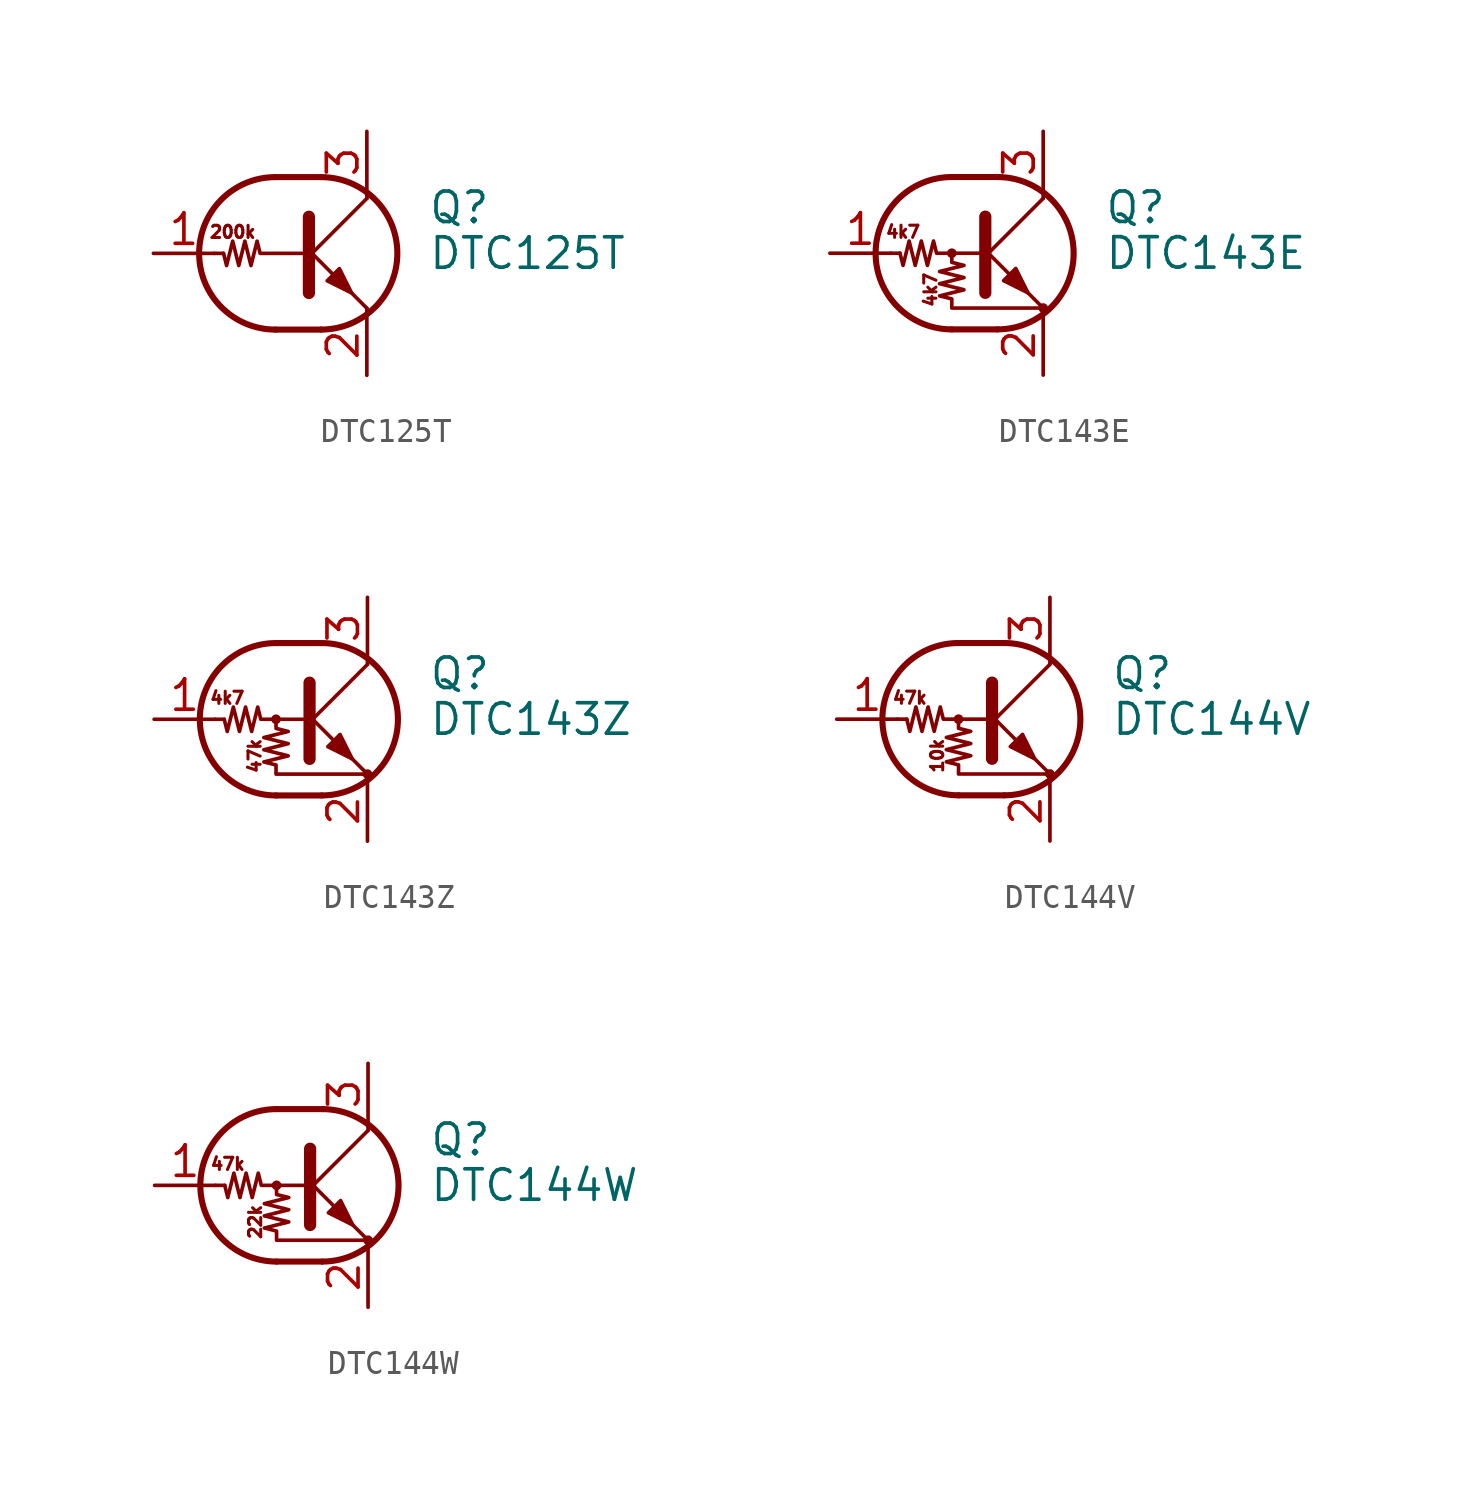
<source format=kicad_sym>
(kicad_symbol_lib
  (version 20200908)
  (generator kicad_symbol_editor)
  (symbol "Transistor_BJT:DTC125T"
    (pin_names
      (offset 0) hide)
    (property "Reference" "Q"
      (at 5.08 1.905 0)
      (effects (font (size 1.27 1.27)) (justify left)))
    (property "Value" "DTC125T"
      (at 5.08 0 0)
      (effects (font (size 1.27 1.27)) (justify left)))
    (symbol "DTC125T_0_1"
      (arc (start -1.27 3.175) (end -1.27 -3.175) (radius (at -1.27 0) (length 3.175) (angles 90.1 -90.1)) (stroke (width 0.254)) (fill (type none)))
      (arc (start 0.635 -3.175) (end 0.635 3.175) (radius (at 0.635 0) (length 3.175) (angles -89.9 89.9)) (stroke (width 0.254)) (fill (type none)))
      (polyline (pts (xy -3.429 0) (xy -3.81 0)) (stroke (width 0)) (fill (type none)))
      (polyline (pts (xy -1.27 -3.175) (xy 0.635 -3.175)) (stroke (width 0.254)) (fill (type none)))
      (polyline (pts (xy -1.27 3.175) (xy 0.635 3.175)) (stroke (width 0.254)) (fill (type none)))
      (polyline (pts (xy 0 -0.254) (xy 2.54 2.286)) (stroke (width 0)) (fill (type none)))
      (polyline (pts (xy 0.127 1.524) (xy 0.127 -1.651)) (stroke (width 0.508)) (fill (type outline)))
      (polyline (pts (xy 2.54 2.286) (xy 2.54 2.54)) (stroke (width 0)) (fill (type none)))
      (polyline (pts (xy 2.54 -2.286) (xy 0 0.254) (xy 0 0.254)) (stroke (width 0)) (fill (type none)))
      (polyline (pts (xy 0.889 -1.143) (xy 1.397 -0.635) (xy 1.905 -1.651) (xy 0.889 -1.143)) (stroke (width 0)) (fill (type outline)))
      (polyline (pts (xy 0 0) (xy -1.905 0) (xy -2.032 0.508) (xy -2.286 -0.508) (xy -2.54 0.508) (xy -2.794 -0.508) (xy -3.048 0.508) (xy -3.302 -0.508) (xy -3.429 0)) (stroke (width 0)) (fill (type none))))
    (symbol "DTC125T_0_0"
      (text "200k" (at -3.048 0.889 0) (effects (font (size 0.508 0.508))))
      (polyline (pts (xy 2.54 -2.286) (xy 2.54 -2.54)) (stroke (width 0)) (fill (type none))))
    (symbol "DTC125T_1_1"
      (pin input line (at -6.35 0 0) (length 2.54) (name "B" (effects (font (size 1.27 1.27)))) (number "1" (effects (font (size 1.27 1.27)))))
      (pin passive line (at 2.54 -5.08 90) (length 2.54) (name "E" (effects (font (size 1.27 1.27)))) (number "2" (effects (font (size 1.27 1.27)))))
      (pin passive line (at 2.54 5.08 270) (length 2.54) (name "C" (effects (font (size 1.27 1.27)))) (number "3" (effects (font (size 1.27 1.27)))))))
  (symbol "Transistor_BJT:DTC143E"
    (pin_names
      (offset 0) hide)
    (property "Reference" "Q"
      (at 5.08 1.905 0)
      (effects (font (size 1.27 1.27)) (justify left)))
    (property "Value" "DTC143E"
      (at 5.08 0 0)
      (effects (font (size 1.27 1.27)) (justify left)))
    (symbol "DTC143E_0_1"
      (arc (start -1.27 3.175) (end -1.27 -3.175) (radius (at -1.27 0) (length 3.175) (angles 90.1 -90.1)) (stroke (width 0.254)) (fill (type none)))
      (arc (start 0.635 -3.175) (end 0.635 3.175) (radius (at 0.635 0) (length 3.175) (angles -89.9 89.9)) (stroke (width 0.254)) (fill (type none)))
      (circle (center -1.27 0) (radius 0.127) (stroke (width 0)) (fill (type none)))
      (circle (center 2.54 -2.286) (radius 0.127) (stroke (width 0)) (fill (type none)))
      (polyline (pts (xy -3.429 0) (xy -3.81 0)) (stroke (width 0)) (fill (type none)))
      (polyline (pts (xy -1.27 -3.175) (xy 0.635 -3.175)) (stroke (width 0.254)) (fill (type none)))
      (polyline (pts (xy -1.27 3.175) (xy 0.635 3.175)) (stroke (width 0.254)) (fill (type none)))
      (polyline (pts (xy 0 -0.254) (xy 2.54 2.286)) (stroke (width 0)) (fill (type none)))
      (polyline (pts (xy 0.127 1.524) (xy 0.127 -1.651)) (stroke (width 0.508)) (fill (type outline)))
      (polyline (pts (xy 2.54 2.286) (xy 2.54 2.54)) (stroke (width 0)) (fill (type none)))
      (polyline (pts (xy 2.54 -2.286) (xy 0 0.254) (xy 0 0.254)) (stroke (width 0)) (fill (type none)))
      (polyline (pts (xy 0.889 -1.143) (xy 1.397 -0.635) (xy 1.905 -1.651) (xy 0.889 -1.143)) (stroke (width 0)) (fill (type outline)))
      (polyline (pts (xy 0 0) (xy -1.905 0) (xy -2.032 0.508) (xy -2.286 -0.508) (xy -2.54 0.508) (xy -2.794 -0.508) (xy -3.048 0.508) (xy -3.302 -0.508) (xy -3.429 0)) (stroke (width 0)) (fill (type none)))
      (polyline (pts (xy -1.27 0) (xy -1.27 -0.381) (xy -0.762 -0.508) (xy -1.778 -0.762) (xy -0.762 -1.016) (xy -1.778 -1.27) (xy -0.762 -1.524) (xy -1.778 -1.778) (xy -1.27 -1.905) (xy -1.27 -2.286) (xy 2.54 -2.286)) (stroke (width 0)) (fill (type none))))
    (symbol "DTC143E_0_0"
      (text "4k7" (at -3.302 0.889 0) (effects (font (size 0.508 0.508))))
      (text "4k7" (at -2.159 -1.524 900) (effects (font (size 0.508 0.508)))))
    (symbol "DTC143E_1_1"
      (pin input line (at -6.35 0 0) (length 2.54) (name "B" (effects (font (size 1.27 1.27)))) (number "1" (effects (font (size 1.27 1.27)))))
      (pin passive line (at 2.54 -5.08 90) (length 2.54) (name "E" (effects (font (size 1.27 1.27)))) (number "2" (effects (font (size 1.27 1.27)))))
      (pin passive line (at 2.54 5.08 270) (length 2.54) (name "C" (effects (font (size 1.27 1.27)))) (number "3" (effects (font (size 1.27 1.27)))))))
  (symbol "Transistor_BJT:DTC143Z"
    (pin_names
      (offset 0) hide)
    (property "Reference" "Q"
      (at 5.08 1.905 0)
      (effects (font (size 1.27 1.27)) (justify left)))
    (property "Value" "DTC143Z"
      (at 5.08 0 0)
      (effects (font (size 1.27 1.27)) (justify left)))
    (symbol "DTC143Z_0_1"
      (arc (start -1.27 3.175) (end -1.27 -3.175) (radius (at -1.27 0) (length 3.175) (angles 90.1 -90.1)) (stroke (width 0.254)) (fill (type none)))
      (arc (start 0.635 -3.175) (end 0.635 3.175) (radius (at 0.635 0) (length 3.175) (angles -89.9 89.9)) (stroke (width 0.254)) (fill (type none)))
      (circle (center -1.27 0) (radius 0.127) (stroke (width 0)) (fill (type none)))
      (circle (center 2.54 -2.286) (radius 0.127) (stroke (width 0)) (fill (type none)))
      (polyline (pts (xy -3.429 0) (xy -3.81 0)) (stroke (width 0)) (fill (type none)))
      (polyline (pts (xy -1.27 -3.175) (xy 0.635 -3.175)) (stroke (width 0.254)) (fill (type none)))
      (polyline (pts (xy -1.27 3.175) (xy 0.635 3.175)) (stroke (width 0.254)) (fill (type none)))
      (polyline (pts (xy 0 -0.254) (xy 2.54 2.286)) (stroke (width 0)) (fill (type none)))
      (polyline (pts (xy 0.127 1.524) (xy 0.127 -1.651)) (stroke (width 0.508)) (fill (type outline)))
      (polyline (pts (xy 2.54 2.286) (xy 2.54 2.54)) (stroke (width 0)) (fill (type none)))
      (polyline (pts (xy 2.54 -2.286) (xy 0 0.254) (xy 0 0.254)) (stroke (width 0)) (fill (type none)))
      (polyline (pts (xy 0.889 -1.143) (xy 1.397 -0.635) (xy 1.905 -1.651) (xy 0.889 -1.143)) (stroke (width 0)) (fill (type outline)))
      (polyline (pts (xy 0 0) (xy -1.905 0) (xy -2.032 0.508) (xy -2.286 -0.508) (xy -2.54 0.508) (xy -2.794 -0.508) (xy -3.048 0.508) (xy -3.302 -0.508) (xy -3.429 0)) (stroke (width 0)) (fill (type none)))
      (polyline (pts (xy -1.27 0) (xy -1.27 -0.381) (xy -0.762 -0.508) (xy -1.778 -0.762) (xy -0.762 -1.016) (xy -1.778 -1.27) (xy -0.762 -1.524) (xy -1.778 -1.778) (xy -1.27 -1.905) (xy -1.27 -2.286) (xy 2.54 -2.286)) (stroke (width 0)) (fill (type none))))
    (symbol "DTC143Z_0_0"
      (text "47k" (at -2.159 -1.524 900) (effects (font (size 0.508 0.508))))
      (text "4k7" (at -3.302 0.889 0) (effects (font (size 0.508 0.508)))))
    (symbol "DTC143Z_1_1"
      (pin input line (at -6.35 0 0) (length 2.54) (name "B" (effects (font (size 1.27 1.27)))) (number "1" (effects (font (size 1.27 1.27)))))
      (pin passive line (at 2.54 -5.08 90) (length 2.54) (name "E" (effects (font (size 1.27 1.27)))) (number "2" (effects (font (size 1.27 1.27)))))
      (pin passive line (at 2.54 5.08 270) (length 2.54) (name "C" (effects (font (size 1.27 1.27)))) (number "3" (effects (font (size 1.27 1.27)))))))
  (symbol "Transistor_BJT:DTC144V"
    (pin_names
      (offset 0) hide)
    (property "Reference" "Q"
      (at 5.08 1.905 0)
      (effects (font (size 1.27 1.27)) (justify left)))
    (property "Value" "DTC144V"
      (at 5.08 0 0)
      (effects (font (size 1.27 1.27)) (justify left)))
    (symbol "DTC144V_0_1"
      (arc (start -1.27 3.175) (end -1.27 -3.175) (radius (at -1.27 0) (length 3.175) (angles 90.1 -90.1)) (stroke (width 0.254)) (fill (type none)))
      (arc (start 0.635 -3.175) (end 0.635 3.175) (radius (at 0.635 0) (length 3.175) (angles -89.9 89.9)) (stroke (width 0.254)) (fill (type none)))
      (circle (center -1.27 0) (radius 0.127) (stroke (width 0)) (fill (type none)))
      (circle (center 2.54 -2.286) (radius 0.127) (stroke (width 0)) (fill (type none)))
      (polyline (pts (xy -3.429 0) (xy -3.81 0)) (stroke (width 0)) (fill (type none)))
      (polyline (pts (xy -1.27 -3.175) (xy 0.635 -3.175)) (stroke (width 0.254)) (fill (type none)))
      (polyline (pts (xy -1.27 3.175) (xy 0.635 3.175)) (stroke (width 0.254)) (fill (type none)))
      (polyline (pts (xy 0 -0.254) (xy 2.54 2.286)) (stroke (width 0)) (fill (type none)))
      (polyline (pts (xy 0.127 1.524) (xy 0.127 -1.651)) (stroke (width 0.508)) (fill (type outline)))
      (polyline (pts (xy 2.54 2.286) (xy 2.54 2.54)) (stroke (width 0)) (fill (type none)))
      (polyline (pts (xy 2.54 -2.286) (xy 0 0.254) (xy 0 0.254)) (stroke (width 0)) (fill (type none)))
      (polyline (pts (xy 0.889 -1.143) (xy 1.397 -0.635) (xy 1.905 -1.651) (xy 0.889 -1.143)) (stroke (width 0)) (fill (type outline)))
      (polyline (pts (xy 0 0) (xy -1.905 0) (xy -2.032 0.508) (xy -2.286 -0.508) (xy -2.54 0.508) (xy -2.794 -0.508) (xy -3.048 0.508) (xy -3.302 -0.508) (xy -3.429 0)) (stroke (width 0)) (fill (type none)))
      (polyline (pts (xy -1.27 0) (xy -1.27 -0.381) (xy -0.762 -0.508) (xy -1.778 -0.762) (xy -0.762 -1.016) (xy -1.778 -1.27) (xy -0.762 -1.524) (xy -1.778 -1.778) (xy -1.27 -1.905) (xy -1.27 -2.286) (xy 2.54 -2.286)) (stroke (width 0)) (fill (type none))))
    (symbol "DTC144V_0_0"
      (text "10k" (at -2.159 -1.524 900) (effects (font (size 0.508 0.508))))
      (text "47k" (at -3.302 0.889 0) (effects (font (size 0.508 0.508)))))
    (symbol "DTC144V_1_1"
      (pin input line (at -6.35 0 0) (length 2.54) (name "B" (effects (font (size 1.27 1.27)))) (number "1" (effects (font (size 1.27 1.27)))))
      (pin passive line (at 2.54 -5.08 90) (length 2.54) (name "E" (effects (font (size 1.27 1.27)))) (number "2" (effects (font (size 1.27 1.27)))))
      (pin passive line (at 2.54 5.08 270) (length 2.54) (name "C" (effects (font (size 1.27 1.27)))) (number "3" (effects (font (size 1.27 1.27)))))))
  (symbol "Transistor_BJT:DTC144W"
    (pin_names
      (offset 0) hide)
    (property "Reference" "Q"
      (at 5.08 1.905 0)
      (effects (font (size 1.27 1.27)) (justify left)))
    (property "Value" "DTC144W"
      (at 5.08 0 0)
      (effects (font (size 1.27 1.27)) (justify left)))
    (symbol "DTC144W_0_1"
      (arc (start -1.27 3.175) (end -1.27 -3.175) (radius (at -1.27 0) (length 3.175) (angles 90.1 -90.1)) (stroke (width 0.254)) (fill (type none)))
      (arc (start 0.635 -3.175) (end 0.635 3.175) (radius (at 0.635 0) (length 3.175) (angles -89.9 89.9)) (stroke (width 0.254)) (fill (type none)))
      (circle (center -1.27 0) (radius 0.127) (stroke (width 0)) (fill (type none)))
      (circle (center 2.54 -2.286) (radius 0.127) (stroke (width 0)) (fill (type none)))
      (polyline (pts (xy -3.429 0) (xy -3.81 0)) (stroke (width 0)) (fill (type none)))
      (polyline (pts (xy -1.27 -3.175) (xy 0.635 -3.175)) (stroke (width 0.254)) (fill (type none)))
      (polyline (pts (xy -1.27 3.175) (xy 0.635 3.175)) (stroke (width 0.254)) (fill (type none)))
      (polyline (pts (xy 0 -0.254) (xy 2.54 2.286)) (stroke (width 0)) (fill (type none)))
      (polyline (pts (xy 0.127 1.524) (xy 0.127 -1.651)) (stroke (width 0.508)) (fill (type outline)))
      (polyline (pts (xy 2.54 2.286) (xy 2.54 2.54)) (stroke (width 0)) (fill (type none)))
      (polyline (pts (xy 2.54 -2.286) (xy 0 0.254) (xy 0 0.254)) (stroke (width 0)) (fill (type none)))
      (polyline (pts (xy 0.889 -1.143) (xy 1.397 -0.635) (xy 1.905 -1.651) (xy 0.889 -1.143)) (stroke (width 0)) (fill (type outline)))
      (polyline (pts (xy 0 0) (xy -1.905 0) (xy -2.032 0.508) (xy -2.286 -0.508) (xy -2.54 0.508) (xy -2.794 -0.508) (xy -3.048 0.508) (xy -3.302 -0.508) (xy -3.429 0)) (stroke (width 0)) (fill (type none)))
      (polyline (pts (xy -1.27 0) (xy -1.27 -0.381) (xy -0.762 -0.508) (xy -1.778 -0.762) (xy -0.762 -1.016) (xy -1.778 -1.27) (xy -0.762 -1.524) (xy -1.778 -1.778) (xy -1.27 -1.905) (xy -1.27 -2.286) (xy 2.54 -2.286)) (stroke (width 0)) (fill (type none))))
    (symbol "DTC144W_0_0"
      (text "22k" (at -2.159 -1.524 900) (effects (font (size 0.508 0.508))))
      (text "47k" (at -3.302 0.889 0) (effects (font (size 0.508 0.508)))))
    (symbol "DTC144W_1_1"
      (pin input line (at -6.35 0 0) (length 2.54) (name "B" (effects (font (size 1.27 1.27)))) (number "1" (effects (font (size 1.27 1.27)))))
      (pin passive line (at 2.54 -5.08 90) (length 2.54) (name "E" (effects (font (size 1.27 1.27)))) (number "2" (effects (font (size 1.27 1.27)))))
      (pin passive line (at 2.54 5.08 270) (length 2.54) (name "C" (effects (font (size 1.27 1.27)))) (number "3" (effects (font (size 1.27 1.27))))))))
</source>
